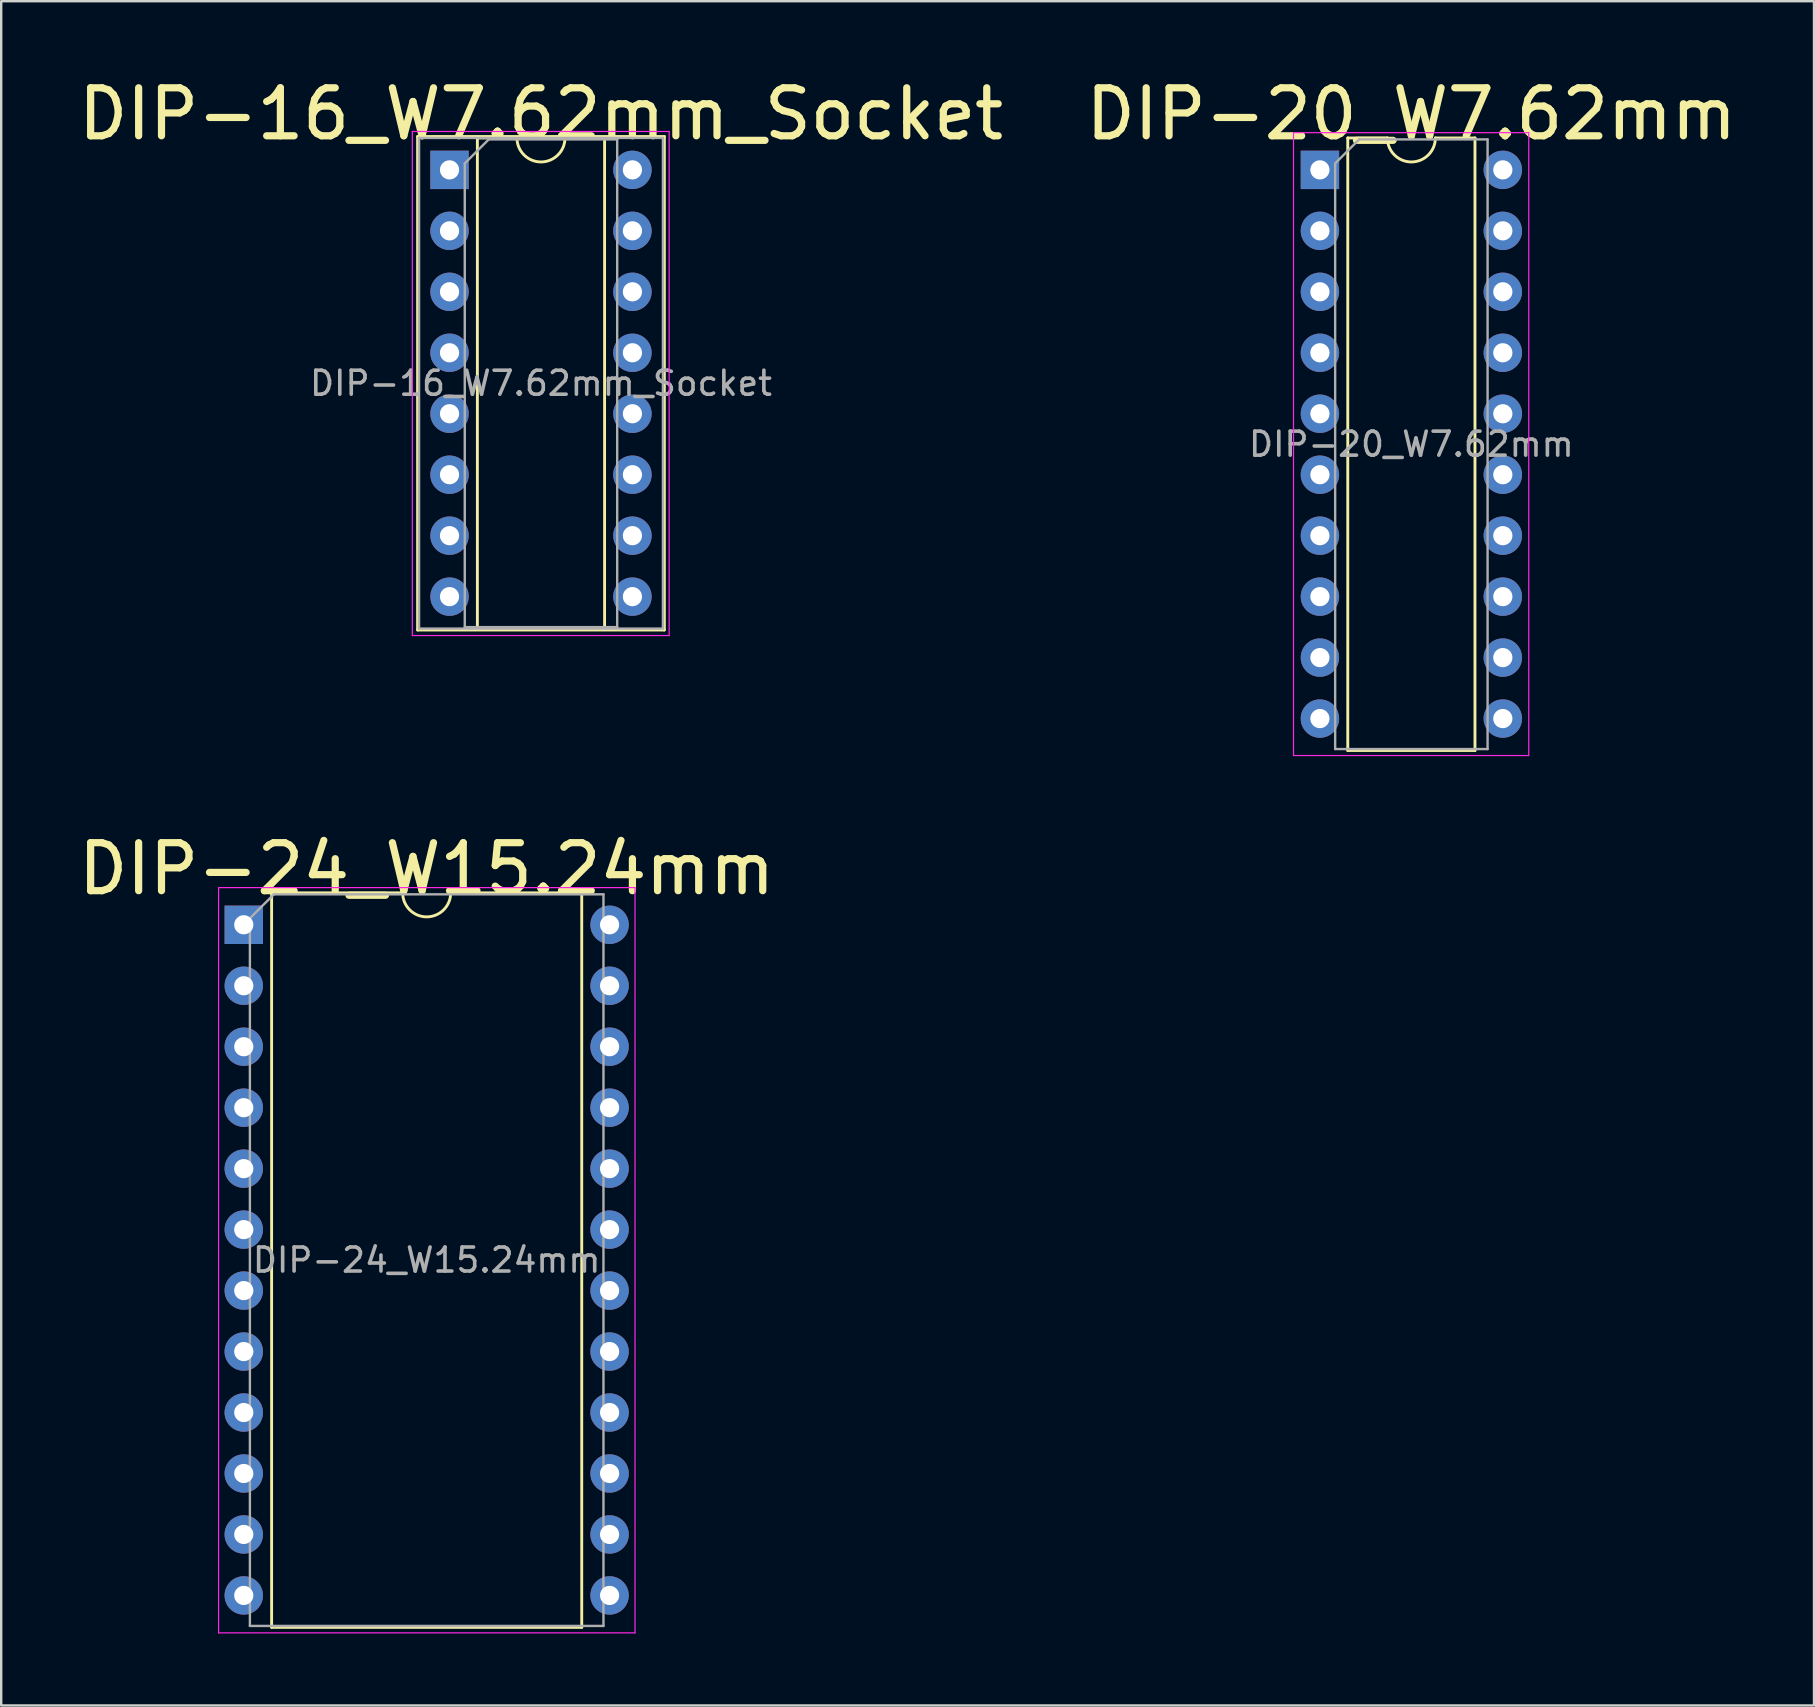
<source format=kicad_pcb>
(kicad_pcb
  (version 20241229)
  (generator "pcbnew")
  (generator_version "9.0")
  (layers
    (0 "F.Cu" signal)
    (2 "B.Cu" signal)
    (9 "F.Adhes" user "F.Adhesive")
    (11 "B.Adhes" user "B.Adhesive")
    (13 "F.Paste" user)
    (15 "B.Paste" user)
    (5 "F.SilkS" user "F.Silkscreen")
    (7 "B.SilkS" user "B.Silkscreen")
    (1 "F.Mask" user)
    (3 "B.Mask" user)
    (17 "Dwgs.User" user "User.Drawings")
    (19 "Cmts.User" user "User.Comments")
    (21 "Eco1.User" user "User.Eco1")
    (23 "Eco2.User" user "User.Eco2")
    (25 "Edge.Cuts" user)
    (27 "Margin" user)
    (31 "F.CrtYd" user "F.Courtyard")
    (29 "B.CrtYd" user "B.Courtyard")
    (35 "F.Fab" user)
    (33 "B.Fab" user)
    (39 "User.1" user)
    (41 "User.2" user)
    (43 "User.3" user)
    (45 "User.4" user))
  (footprint "DIP-20_W7.62mm"
    (layer "F.Cu")
    (at 51.94 4.027)
    (property "Reference" "DIP-20_W7.62mm" (at 3.81 -2.33 0) (layer "F.SilkS") (effects (font (size 2 2) (thickness 0.3))))
    (attr through_hole)
    (fp_line (start 1.16 -1.33) (end 1.16 24.19) (stroke (width 0.12) (type solid)) (layer "F.SilkS"))
    (fp_line (start 1.16 24.19) (end 6.46 24.19) (stroke (width 0.12) (type solid)) (layer "F.SilkS"))
    (fp_line (start 2.81 -1.33) (end 1.16 -1.33) (stroke (width 0.12) (type solid)) (layer "F.SilkS"))
    (fp_line (start 6.46 -1.33) (end 4.81 -1.33) (stroke (width 0.12) (type solid)) (layer "F.SilkS"))
    (fp_line (start 6.46 24.19) (end 6.46 -1.33) (stroke (width 0.12) (type solid)) (layer "F.SilkS"))
    (fp_arc (start 4.81 -1.33) (mid 3.81 -0.33) (end 2.81 -1.33) (stroke (width 0.12) (type solid)) (layer "F.SilkS"))
    (fp_line (start -1.1 -1.55) (end -1.1 24.4) (stroke (width 0.05) (type solid)) (layer "F.CrtYd"))
    (fp_line (start -1.1 24.4) (end 8.7 24.4) (stroke (width 0.05) (type solid)) (layer "F.CrtYd"))
    (fp_line (start 8.7 -1.55) (end -1.1 -1.55) (stroke (width 0.05) (type solid)) (layer "F.CrtYd"))
    (fp_line (start 8.7 24.4) (end 8.7 -1.55) (stroke (width 0.05) (type solid)) (layer "F.CrtYd"))
    (fp_line (start 0.635 -0.27) (end 1.635 -1.27) (stroke (width 0.1) (type solid)) (layer "F.Fab"))
    (fp_line (start 0.635 24.13) (end 0.635 -0.27) (stroke (width 0.1) (type solid)) (layer "F.Fab"))
    (fp_line (start 1.635 -1.27) (end 6.985 -1.27) (stroke (width 0.1) (type solid)) (layer "F.Fab"))
    (fp_line (start 6.985 -1.27) (end 6.985 24.13) (stroke (width 0.1) (type solid)) (layer "F.Fab"))
    (fp_line (start 6.985 24.13) (end 0.635 24.13) (stroke (width 0.1) (type solid)) (layer "F.Fab"))
    (fp_text user "${REFERENCE}" (at 3.81 11.43 0) (layer "F.Fab") (effects (font (size 1 1) (thickness 0.15))))
    (pad "1" thru_hole rect (at 0 0) (size 1.6 1.6) (drill 0.8) (layers "*.Cu" "*.Mask"))
    (pad "2" thru_hole oval (at 0 2.54) (size 1.6 1.6) (drill 0.8) (layers "*.Cu" "*.Mask"))
    (pad "3" thru_hole oval (at 0 5.08) (size 1.6 1.6) (drill 0.8) (layers "*.Cu" "*.Mask"))
    (pad "4" thru_hole oval (at 0 7.62) (size 1.6 1.6) (drill 0.8) (layers "*.Cu" "*.Mask"))
    (pad "5" thru_hole oval (at 0 10.16) (size 1.6 1.6) (drill 0.8) (layers "*.Cu" "*.Mask"))
    (pad "6" thru_hole oval (at 0 12.7) (size 1.6 1.6) (drill 0.8) (layers "*.Cu" "*.Mask"))
    (pad "7" thru_hole oval (at 0 15.24) (size 1.6 1.6) (drill 0.8) (layers "*.Cu" "*.Mask"))
    (pad "8" thru_hole oval (at 0 17.78) (size 1.6 1.6) (drill 0.8) (layers "*.Cu" "*.Mask"))
    (pad "9" thru_hole oval (at 0 20.32) (size 1.6 1.6) (drill 0.8) (layers "*.Cu" "*.Mask"))
    (pad "10" thru_hole oval (at 0 22.86) (size 1.6 1.6) (drill 0.8) (layers "*.Cu" "*.Mask"))
    (pad "11" thru_hole oval (at 7.62 22.86) (size 1.6 1.6) (drill 0.8) (layers "*.Cu" "*.Mask"))
    (pad "12" thru_hole oval (at 7.62 20.32) (size 1.6 1.6) (drill 0.8) (layers "*.Cu" "*.Mask"))
    (pad "13" thru_hole oval (at 7.62 17.78) (size 1.6 1.6) (drill 0.8) (layers "*.Cu" "*.Mask"))
    (pad "14" thru_hole oval (at 7.62 15.24) (size 1.6 1.6) (drill 0.8) (layers "*.Cu" "*.Mask"))
    (pad "15" thru_hole oval (at 7.62 12.7) (size 1.6 1.6) (drill 0.8) (layers "*.Cu" "*.Mask"))
    (pad "16" thru_hole oval (at 7.62 10.16) (size 1.6 1.6) (drill 0.8) (layers "*.Cu" "*.Mask"))
    (pad "17" thru_hole oval (at 7.62 7.62) (size 1.6 1.6) (drill 0.8) (layers "*.Cu" "*.Mask"))
    (pad "18" thru_hole oval (at 7.62 5.08) (size 1.6 1.6) (drill 0.8) (layers "*.Cu" "*.Mask"))
    (pad "19" thru_hole oval (at 7.62 2.54) (size 1.6 1.6) (drill 0.8) (layers "*.Cu" "*.Mask"))
    (pad "20" thru_hole oval (at 7.62 0) (size 1.6 1.6) (drill 0.8) (layers "*.Cu" "*.Mask")))
  (footprint "DIP-24_W15.24mm"
    (layer "F.Cu")
    (at 7.106 35.478)
    (property "Reference" "DIP-24_W15.24mm" (at 7.62 -2.33 0) (layer "F.SilkS") (effects (font (size 2 2) (thickness 0.3))))
    (attr through_hole)
    (fp_line (start 1.16 -1.33) (end 1.16 29.27) (stroke (width 0.12) (type solid)) (layer "F.SilkS"))
    (fp_line (start 1.16 29.27) (end 14.08 29.27) (stroke (width 0.12) (type solid)) (layer "F.SilkS"))
    (fp_line (start 6.62 -1.33) (end 1.16 -1.33) (stroke (width 0.12) (type solid)) (layer "F.SilkS"))
    (fp_line (start 14.08 -1.33) (end 8.62 -1.33) (stroke (width 0.12) (type solid)) (layer "F.SilkS"))
    (fp_line (start 14.08 29.27) (end 14.08 -1.33) (stroke (width 0.12) (type solid)) (layer "F.SilkS"))
    (fp_arc (start 8.62 -1.33) (mid 7.62 -0.33) (end 6.62 -1.33) (stroke (width 0.12) (type solid)) (layer "F.SilkS"))
    (fp_line (start -1.05 -1.55) (end -1.05 29.5) (stroke (width 0.05) (type solid)) (layer "F.CrtYd"))
    (fp_line (start -1.05 29.5) (end 16.3 29.5) (stroke (width 0.05) (type solid)) (layer "F.CrtYd"))
    (fp_line (start 16.3 -1.55) (end -1.05 -1.55) (stroke (width 0.05) (type solid)) (layer "F.CrtYd"))
    (fp_line (start 16.3 29.5) (end 16.3 -1.55) (stroke (width 0.05) (type solid)) (layer "F.CrtYd"))
    (fp_line (start 0.255 -0.27) (end 1.255 -1.27) (stroke (width 0.1) (type solid)) (layer "F.Fab"))
    (fp_line (start 0.255 29.21) (end 0.255 -0.27) (stroke (width 0.1) (type solid)) (layer "F.Fab"))
    (fp_line (start 1.255 -1.27) (end 14.985 -1.27) (stroke (width 0.1) (type solid)) (layer "F.Fab"))
    (fp_line (start 14.985 -1.27) (end 14.985 29.21) (stroke (width 0.1) (type solid)) (layer "F.Fab"))
    (fp_line (start 14.985 29.21) (end 0.255 29.21) (stroke (width 0.1) (type solid)) (layer "F.Fab"))
    (fp_text user "${REFERENCE}" (at 7.62 13.97 0) (layer "F.Fab") (effects (font (size 1 1) (thickness 0.15))))
    (pad "1" thru_hole rect (at 0 0) (size 1.6 1.6) (drill 0.8) (layers "*.Cu" "*.Mask"))
    (pad "2" thru_hole oval (at 0 2.54) (size 1.6 1.6) (drill 0.8) (layers "*.Cu" "*.Mask"))
    (pad "3" thru_hole oval (at 0 5.08) (size 1.6 1.6) (drill 0.8) (layers "*.Cu" "*.Mask"))
    (pad "4" thru_hole oval (at 0 7.62) (size 1.6 1.6) (drill 0.8) (layers "*.Cu" "*.Mask"))
    (pad "5" thru_hole oval (at 0 10.16) (size 1.6 1.6) (drill 0.8) (layers "*.Cu" "*.Mask"))
    (pad "6" thru_hole oval (at 0 12.7) (size 1.6 1.6) (drill 0.8) (layers "*.Cu" "*.Mask"))
    (pad "7" thru_hole oval (at 0 15.24) (size 1.6 1.6) (drill 0.8) (layers "*.Cu" "*.Mask"))
    (pad "8" thru_hole oval (at 0 17.78) (size 1.6 1.6) (drill 0.8) (layers "*.Cu" "*.Mask"))
    (pad "9" thru_hole oval (at 0 20.32) (size 1.6 1.6) (drill 0.8) (layers "*.Cu" "*.Mask"))
    (pad "10" thru_hole oval (at 0 22.86) (size 1.6 1.6) (drill 0.8) (layers "*.Cu" "*.Mask"))
    (pad "11" thru_hole oval (at 0 25.4) (size 1.6 1.6) (drill 0.8) (layers "*.Cu" "*.Mask"))
    (pad "12" thru_hole oval (at 0 27.94) (size 1.6 1.6) (drill 0.8) (layers "*.Cu" "*.Mask"))
    (pad "13" thru_hole oval (at 15.24 27.94) (size 1.6 1.6) (drill 0.8) (layers "*.Cu" "*.Mask"))
    (pad "14" thru_hole oval (at 15.24 25.4) (size 1.6 1.6) (drill 0.8) (layers "*.Cu" "*.Mask"))
    (pad "15" thru_hole oval (at 15.24 22.86) (size 1.6 1.6) (drill 0.8) (layers "*.Cu" "*.Mask"))
    (pad "16" thru_hole oval (at 15.24 20.32) (size 1.6 1.6) (drill 0.8) (layers "*.Cu" "*.Mask"))
    (pad "17" thru_hole oval (at 15.24 17.78) (size 1.6 1.6) (drill 0.8) (layers "*.Cu" "*.Mask"))
    (pad "18" thru_hole oval (at 15.24 15.24) (size 1.6 1.6) (drill 0.8) (layers "*.Cu" "*.Mask"))
    (pad "19" thru_hole oval (at 15.24 12.7) (size 1.6 1.6) (drill 0.8) (layers "*.Cu" "*.Mask"))
    (pad "20" thru_hole oval (at 15.24 10.16) (size 1.6 1.6) (drill 0.8) (layers "*.Cu" "*.Mask"))
    (pad "21" thru_hole oval (at 15.24 7.62) (size 1.6 1.6) (drill 0.8) (layers "*.Cu" "*.Mask"))
    (pad "22" thru_hole oval (at 15.24 5.08) (size 1.6 1.6) (drill 0.8) (layers "*.Cu" "*.Mask"))
    (pad "23" thru_hole oval (at 15.24 2.54) (size 1.6 1.6) (drill 0.8) (layers "*.Cu" "*.Mask"))
    (pad "24" thru_hole oval (at 15.24 0) (size 1.6 1.6) (drill 0.8) (layers "*.Cu" "*.Mask")))
  (footprint "DIP-16_W7.62mm_Socket"
    (layer "F.Cu")
    (at 15.678 4.027)
    (property "Reference" "DIP-16_W7.62mm_Socket" (at 3.81 -2.33 0) (layer "F.SilkS") (effects (font (size 2 2) (thickness 0.3))))
    (attr through_hole)
    (fp_line (start -1.33 -1.39) (end -1.33 19.17) (stroke (width 0.12) (type solid)) (layer "F.SilkS"))
    (fp_line (start -1.33 19.17) (end 8.95 19.17) (stroke (width 0.12) (type solid)) (layer "F.SilkS"))
    (fp_line (start 1.16 -1.33) (end 1.16 19.11) (stroke (width 0.12) (type solid)) (layer "F.SilkS"))
    (fp_line (start 1.16 19.11) (end 6.46 19.11) (stroke (width 0.12) (type solid)) (layer "F.SilkS"))
    (fp_line (start 2.81 -1.33) (end 1.16 -1.33) (stroke (width 0.12) (type solid)) (layer "F.SilkS"))
    (fp_line (start 6.46 -1.33) (end 4.81 -1.33) (stroke (width 0.12) (type solid)) (layer "F.SilkS"))
    (fp_line (start 6.46 19.11) (end 6.46 -1.33) (stroke (width 0.12) (type solid)) (layer "F.SilkS"))
    (fp_line (start 8.95 -1.39) (end -1.33 -1.39) (stroke (width 0.12) (type solid)) (layer "F.SilkS"))
    (fp_line (start 8.95 19.17) (end 8.95 -1.39) (stroke (width 0.12) (type solid)) (layer "F.SilkS"))
    (fp_arc (start 4.81 -1.33) (mid 3.81 -0.33) (end 2.81 -1.33) (stroke (width 0.12) (type solid)) (layer "F.SilkS"))
    (fp_line (start -1.55 -1.6) (end -1.55 19.4) (stroke (width 0.05) (type solid)) (layer "F.CrtYd"))
    (fp_line (start -1.55 19.4) (end 9.15 19.4) (stroke (width 0.05) (type solid)) (layer "F.CrtYd"))
    (fp_line (start 9.15 -1.6) (end -1.55 -1.6) (stroke (width 0.05) (type solid)) (layer "F.CrtYd"))
    (fp_line (start 9.15 19.4) (end 9.15 -1.6) (stroke (width 0.05) (type solid)) (layer "F.CrtYd"))
    (fp_line (start -1.27 -1.33) (end -1.27 19.11) (stroke (width 0.1) (type solid)) (layer "F.Fab"))
    (fp_line (start -1.27 19.11) (end 8.89 19.11) (stroke (width 0.1) (type solid)) (layer "F.Fab"))
    (fp_line (start 0.635 -0.27) (end 1.635 -1.27) (stroke (width 0.1) (type solid)) (layer "F.Fab"))
    (fp_line (start 0.635 19.05) (end 0.635 -0.27) (stroke (width 0.1) (type solid)) (layer "F.Fab"))
    (fp_line (start 1.635 -1.27) (end 6.985 -1.27) (stroke (width 0.1) (type solid)) (layer "F.Fab"))
    (fp_line (start 6.985 -1.27) (end 6.985 19.05) (stroke (width 0.1) (type solid)) (layer "F.Fab"))
    (fp_line (start 6.985 19.05) (end 0.635 19.05) (stroke (width 0.1) (type solid)) (layer "F.Fab"))
    (fp_line (start 8.89 -1.33) (end -1.27 -1.33) (stroke (width 0.1) (type solid)) (layer "F.Fab"))
    (fp_line (start 8.89 19.11) (end 8.89 -1.33) (stroke (width 0.1) (type solid)) (layer "F.Fab"))
    (fp_text user "${REFERENCE}" (at 3.81 8.89 0) (layer "F.Fab") (effects (font (size 1 1) (thickness 0.15))))
    (pad "1" thru_hole rect (at 0 0) (size 1.6 1.6) (drill 0.8) (layers "*.Cu" "*.Mask"))
    (pad "2" thru_hole oval (at 0 2.54) (size 1.6 1.6) (drill 0.8) (layers "*.Cu" "*.Mask"))
    (pad "3" thru_hole oval (at 0 5.08) (size 1.6 1.6) (drill 0.8) (layers "*.Cu" "*.Mask"))
    (pad "4" thru_hole oval (at 0 7.62) (size 1.6 1.6) (drill 0.8) (layers "*.Cu" "*.Mask"))
    (pad "5" thru_hole oval (at 0 10.16) (size 1.6 1.6) (drill 0.8) (layers "*.Cu" "*.Mask"))
    (pad "6" thru_hole oval (at 0 12.7) (size 1.6 1.6) (drill 0.8) (layers "*.Cu" "*.Mask"))
    (pad "7" thru_hole oval (at 0 15.24) (size 1.6 1.6) (drill 0.8) (layers "*.Cu" "*.Mask"))
    (pad "8" thru_hole oval (at 0 17.78) (size 1.6 1.6) (drill 0.8) (layers "*.Cu" "*.Mask"))
    (pad "9" thru_hole oval (at 7.62 17.78) (size 1.6 1.6) (drill 0.8) (layers "*.Cu" "*.Mask"))
    (pad "10" thru_hole oval (at 7.62 15.24) (size 1.6 1.6) (drill 0.8) (layers "*.Cu" "*.Mask"))
    (pad "11" thru_hole oval (at 7.62 12.7) (size 1.6 1.6) (drill 0.8) (layers "*.Cu" "*.Mask"))
    (pad "12" thru_hole oval (at 7.62 10.16) (size 1.6 1.6) (drill 0.8) (layers "*.Cu" "*.Mask"))
    (pad "13" thru_hole oval (at 7.62 7.62) (size 1.6 1.6) (drill 0.8) (layers "*.Cu" "*.Mask"))
    (pad "14" thru_hole oval (at 7.62 5.08) (size 1.6 1.6) (drill 0.8) (layers "*.Cu" "*.Mask"))
    (pad "15" thru_hole oval (at 7.62 2.54) (size 1.6 1.6) (drill 0.8) (layers "*.Cu" "*.Mask"))
    (pad "16" thru_hole oval (at 7.62 0) (size 1.6 1.6) (drill 0.8) (layers "*.Cu" "*.Mask")))
  (gr_rect
    (start -3 -3)
    (end 72.524 68.003)
    (stroke (width 0.1) (type default))
    (fill no)
    (layer "Edge.Cuts")))
</source>
